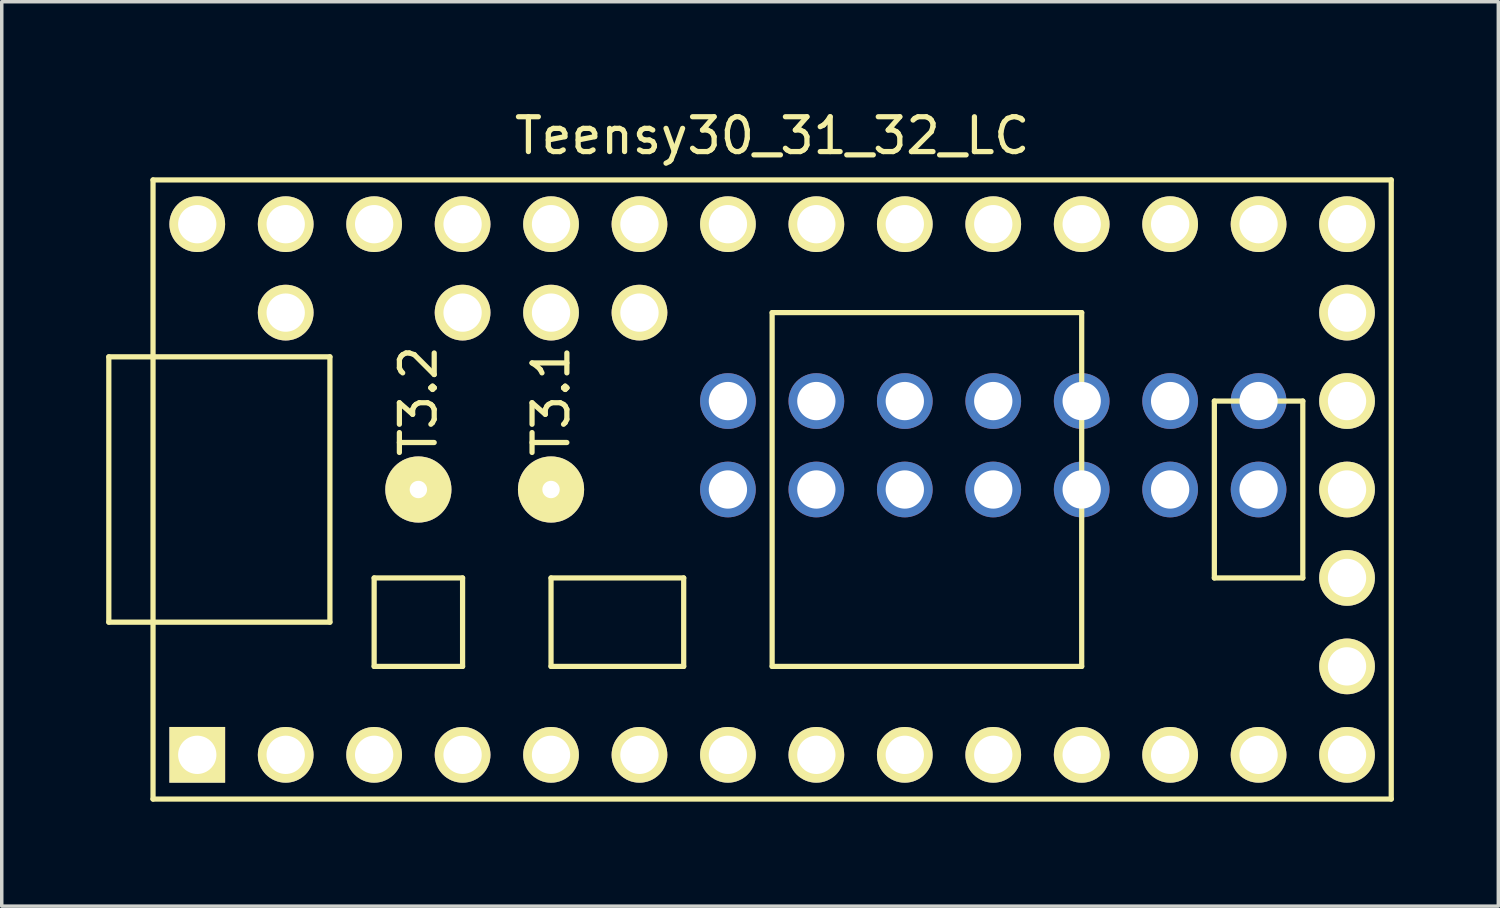
<source format=kicad_pcb>
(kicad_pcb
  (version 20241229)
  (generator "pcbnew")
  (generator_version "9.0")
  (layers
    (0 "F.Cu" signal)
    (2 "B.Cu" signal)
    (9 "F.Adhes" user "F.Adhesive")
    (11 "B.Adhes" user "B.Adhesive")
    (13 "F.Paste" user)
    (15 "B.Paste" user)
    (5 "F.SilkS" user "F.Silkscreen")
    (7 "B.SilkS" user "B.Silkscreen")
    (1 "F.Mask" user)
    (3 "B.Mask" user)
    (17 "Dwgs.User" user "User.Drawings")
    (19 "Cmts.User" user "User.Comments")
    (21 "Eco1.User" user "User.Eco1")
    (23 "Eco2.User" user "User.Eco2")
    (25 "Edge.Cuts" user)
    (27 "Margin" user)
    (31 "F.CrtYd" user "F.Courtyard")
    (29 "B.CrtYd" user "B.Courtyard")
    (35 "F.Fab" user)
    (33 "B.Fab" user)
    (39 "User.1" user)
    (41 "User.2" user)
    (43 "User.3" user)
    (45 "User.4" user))
  (footprint "Teensy30_31_32_LC"
    (layer "F.Cu")
    (at 19.125 11.008)
    (property "Reference" "Teensy30_31_32_LC" (at 0 -10.16 0) (layer "F.SilkS") (effects (font (size 1 1) (thickness 0.15))))
    (attr through_hole)
    (fp_line (start -19.05 -3.81) (end -17.78 -3.81) (stroke (width 0.15) (type solid)) (layer "F.SilkS"))
    (fp_line (start -19.05 3.81) (end -19.05 -3.81) (stroke (width 0.15) (type solid)) (layer "F.SilkS"))
    (fp_line (start -17.78 -8.89) (end 17.78 -8.89) (stroke (width 0.15) (type solid)) (layer "F.SilkS"))
    (fp_line (start -17.78 3.81) (end -19.05 3.81) (stroke (width 0.15) (type solid)) (layer "F.SilkS"))
    (fp_line (start -17.78 8.89) (end -17.78 -8.89) (stroke (width 0.15) (type solid)) (layer "F.SilkS"))
    (fp_line (start -12.7 -3.81) (end -17.78 -3.81) (stroke (width 0.15) (type solid)) (layer "F.SilkS"))
    (fp_line (start -12.7 3.81) (end -17.78 3.81) (stroke (width 0.15) (type solid)) (layer "F.SilkS"))
    (fp_line (start -12.7 3.81) (end -12.7 -3.81) (stroke (width 0.15) (type solid)) (layer "F.SilkS"))
    (fp_line (start -11.43 2.54) (end -11.43 5.08) (stroke (width 0.15) (type solid)) (layer "F.SilkS"))
    (fp_line (start -11.43 5.08) (end -8.89 5.08) (stroke (width 0.15) (type solid)) (layer "F.SilkS"))
    (fp_line (start -8.89 2.54) (end -11.43 2.54) (stroke (width 0.15) (type solid)) (layer "F.SilkS"))
    (fp_line (start -8.89 5.08) (end -8.89 2.54) (stroke (width 0.15) (type solid)) (layer "F.SilkS"))
    (fp_line (start -6.35 2.54) (end -6.35 5.08) (stroke (width 0.15) (type solid)) (layer "F.SilkS"))
    (fp_line (start -6.35 5.08) (end -2.54 5.08) (stroke (width 0.15) (type solid)) (layer "F.SilkS"))
    (fp_line (start -2.54 2.54) (end -6.35 2.54) (stroke (width 0.15) (type solid)) (layer "F.SilkS"))
    (fp_line (start -2.54 5.08) (end -2.54 2.54) (stroke (width 0.15) (type solid)) (layer "F.SilkS"))
    (fp_line (start 0 -5.08) (end 0 5.08) (stroke (width 0.15) (type solid)) (layer "F.SilkS"))
    (fp_line (start 8.89 -5.08) (end 0 -5.08) (stroke (width 0.15) (type solid)) (layer "F.SilkS"))
    (fp_line (start 8.89 5.08) (end 0 5.08) (stroke (width 0.15) (type solid)) (layer "F.SilkS"))
    (fp_line (start 8.89 5.08) (end 8.89 -5.08) (stroke (width 0.15) (type solid)) (layer "F.SilkS"))
    (fp_line (start 12.7 -2.54) (end 15.24 -2.54) (stroke (width 0.15) (type solid)) (layer "F.SilkS"))
    (fp_line (start 12.7 2.54) (end 12.7 -2.54) (stroke (width 0.15) (type solid)) (layer "F.SilkS"))
    (fp_line (start 15.24 -2.54) (end 15.24 2.54) (stroke (width 0.15) (type solid)) (layer "F.SilkS"))
    (fp_line (start 15.24 2.54) (end 12.7 2.54) (stroke (width 0.15) (type solid)) (layer "F.SilkS"))
    (fp_line (start 17.78 -8.89) (end 17.78 8.89) (stroke (width 0.15) (type solid)) (layer "F.SilkS"))
    (fp_line (start 17.78 8.89) (end -17.78 8.89) (stroke (width 0.15) (type solid)) (layer "F.SilkS"))
    (fp_text user "T3.1" (at -6.35 -2.54 90) (layer "F.SilkS") (effects (font (size 1 1) (thickness 0.15))))
    (fp_text user "T3.2" (at -10.16 -2.54 90) (layer "F.SilkS") (effects (font (size 1 1) (thickness 0.15))))
    (pad "1" thru_hole rect (at -16.51 7.62) (size 1.6 1.6) (drill 1.1) (layers "*.Cu" "*.Mask" "F.SilkS"))
    (pad "2" thru_hole circle (at -13.97 7.62) (size 1.6 1.6) (drill 1.1) (layers "*.Cu" "*.Mask" "F.SilkS"))
    (pad "3" thru_hole circle (at -11.43 7.62) (size 1.6 1.6) (drill 1.1) (layers "*.Cu" "*.Mask" "F.SilkS"))
    (pad "4" thru_hole circle (at -8.89 7.62) (size 1.6 1.6) (drill 1.1) (layers "*.Cu" "*.Mask" "F.SilkS"))
    (pad "5" thru_hole circle (at -6.35 7.62) (size 1.6 1.6) (drill 1.1) (layers "*.Cu" "*.Mask" "F.SilkS"))
    (pad "6" thru_hole circle (at -3.81 7.62) (size 1.6 1.6) (drill 1.1) (layers "*.Cu" "*.Mask" "F.SilkS"))
    (pad "7" thru_hole circle (at -1.27 7.62) (size 1.6 1.6) (drill 1.1) (layers "*.Cu" "*.Mask" "F.SilkS"))
    (pad "8" thru_hole circle (at 1.27 7.62) (size 1.6 1.6) (drill 1.1) (layers "*.Cu" "*.Mask" "F.SilkS"))
    (pad "9" thru_hole circle (at 3.81 7.62) (size 1.6 1.6) (drill 1.1) (layers "*.Cu" "*.Mask" "F.SilkS"))
    (pad "10" thru_hole circle (at 6.35 7.62) (size 1.6 1.6) (drill 1.1) (layers "*.Cu" "*.Mask" "F.SilkS"))
    (pad "11" thru_hole circle (at 8.89 7.62) (size 1.6 1.6) (drill 1.1) (layers "*.Cu" "*.Mask" "F.SilkS"))
    (pad "12" thru_hole circle (at 11.43 7.62) (size 1.6 1.6) (drill 1.1) (layers "*.Cu" "*.Mask" "F.SilkS"))
    (pad "13" thru_hole circle (at 13.97 7.62) (size 1.6 1.6) (drill 1.1) (layers "*.Cu" "*.Mask" "F.SilkS"))
    (pad "14" thru_hole circle (at 16.51 7.62) (size 1.6 1.6) (drill 1.1) (layers "*.Cu" "*.Mask" "F.SilkS"))
    (pad "15" thru_hole circle (at 16.51 5.08) (size 1.6 1.6) (drill 1.1) (layers "*.Cu" "*.Mask" "F.SilkS"))
    (pad "16" thru_hole circle (at 16.51 2.54) (size 1.6 1.6) (drill 1.1) (layers "*.Cu" "*.Mask" "F.SilkS"))
    (pad "17" thru_hole circle (at 16.51 0) (size 1.6 1.6) (drill 1.1) (layers "*.Cu" "*.Mask" "F.SilkS"))
    (pad "18" thru_hole circle (at 16.51 -2.54) (size 1.6 1.6) (drill 1.1) (layers "*.Cu" "*.Mask" "F.SilkS"))
    (pad "19" thru_hole circle (at 16.51 -5.08) (size 1.6 1.6) (drill 1.1) (layers "*.Cu" "*.Mask" "F.SilkS"))
    (pad "20" thru_hole circle (at 16.51 -7.62) (size 1.6 1.6) (drill 1.1) (layers "*.Cu" "*.Mask" "F.SilkS"))
    (pad "21" thru_hole circle (at 13.97 -7.62) (size 1.6 1.6) (drill 1.1) (layers "*.Cu" "*.Mask" "F.SilkS"))
    (pad "22" thru_hole circle (at 11.43 -7.62) (size 1.6 1.6) (drill 1.1) (layers "*.Cu" "*.Mask" "F.SilkS"))
    (pad "23" thru_hole circle (at 8.89 -7.62) (size 1.6 1.6) (drill 1.1) (layers "*.Cu" "*.Mask" "F.SilkS"))
    (pad "24" thru_hole circle (at 6.35 -7.62) (size 1.6 1.6) (drill 1.1) (layers "*.Cu" "*.Mask" "F.SilkS"))
    (pad "25" thru_hole circle (at 3.81 -7.62) (size 1.6 1.6) (drill 1.1) (layers "*.Cu" "*.Mask" "F.SilkS"))
    (pad "26" thru_hole circle (at 1.27 -7.62) (size 1.6 1.6) (drill 1.1) (layers "*.Cu" "*.Mask" "F.SilkS"))
    (pad "27" thru_hole circle (at -1.27 -7.62) (size 1.6 1.6) (drill 1.1) (layers "*.Cu" "*.Mask" "F.SilkS"))
    (pad "28" thru_hole circle (at -3.81 -7.62) (size 1.6 1.6) (drill 1.1) (layers "*.Cu" "*.Mask" "F.SilkS"))
    (pad "29" thru_hole circle (at -6.35 -7.62) (size 1.6 1.6) (drill 1.1) (layers "*.Cu" "*.Mask" "F.SilkS"))
    (pad "30" thru_hole circle (at -8.89 -7.62) (size 1.6 1.6) (drill 1.1) (layers "*.Cu" "*.Mask" "F.SilkS"))
    (pad "31" thru_hole circle (at -11.43 -7.62) (size 1.6 1.6) (drill 1.1) (layers "*.Cu" "*.Mask" "F.SilkS"))
    (pad "32" thru_hole circle (at -13.97 -7.62) (size 1.6 1.6) (drill 1.1) (layers "*.Cu" "*.Mask" "F.SilkS"))
    (pad "33" thru_hole circle (at -16.51 -7.62) (size 1.6 1.6) (drill 1.1) (layers "*.Cu" "*.Mask" "F.SilkS"))
    (pad "34" thru_hole circle (at -13.97 -5.08) (size 1.6 1.6) (drill 1.1) (layers "*.Cu" "*.Mask" "F.SilkS"))
    (pad "35" thru_hole circle (at -8.89 -5.08) (size 1.6 1.6) (drill 1.1) (layers "*.Cu" "*.Mask" "F.SilkS"))
    (pad "36" thru_hole circle (at -6.35 -5.08) (size 1.6 1.6) (drill 1.1) (layers "*.Cu" "*.Mask" "F.SilkS"))
    (pad "37" thru_hole circle (at -3.81 -5.08) (size 1.6 1.6) (drill 1.1) (layers "*.Cu" "*.Mask" "F.SilkS"))
    (pad "38" thru_hole circle (at -1.27 0) (size 1.6 1.6) (drill 1.1) (layers "*.Cu" "*.Mask"))
    (pad "39" thru_hole circle (at 1.27 0) (size 1.6 1.6) (drill 1.1) (layers "*.Cu" "*.Mask"))
    (pad "40" thru_hole circle (at 3.81 0) (size 1.6 1.6) (drill 1.1) (layers "*.Cu" "*.Mask"))
    (pad "41" thru_hole circle (at 6.35 0) (size 1.6 1.6) (drill 1.1) (layers "*.Cu" "*.Mask"))
    (pad "42" thru_hole circle (at 8.89 0) (size 1.6 1.6) (drill 1.1) (layers "*.Cu" "*.Mask"))
    (pad "43" thru_hole circle (at 11.43 0) (size 1.6 1.6) (drill 1.1) (layers "*.Cu" "*.Mask"))
    (pad "44" thru_hole circle (at 13.97 0) (size 1.6 1.6) (drill 1.1) (layers "*.Cu" "*.Mask"))
    (pad "45" thru_hole circle (at 13.97 -2.54) (size 1.6 1.6) (drill 1.1) (layers "*.Cu" "*.Mask"))
    (pad "46" thru_hole circle (at 11.43 -2.54) (size 1.6 1.6) (drill 1.1) (layers "*.Cu" "*.Mask"))
    (pad "47" thru_hole circle (at 8.89 -2.54) (size 1.6 1.6) (drill 1.1) (layers "*.Cu" "*.Mask"))
    (pad "48" thru_hole circle (at 6.35 -2.54) (size 1.6 1.6) (drill 1.1) (layers "*.Cu" "*.Mask"))
    (pad "49" thru_hole circle (at 3.81 -2.54) (size 1.6 1.6) (drill 1.1) (layers "*.Cu" "*.Mask"))
    (pad "50" thru_hole circle (at 1.27 -2.54) (size 1.6 1.6) (drill 1.1) (layers "*.Cu" "*.Mask"))
    (pad "51" thru_hole circle (at -1.27 -2.54) (size 1.6 1.6) (drill 1.1) (layers "*.Cu" "*.Mask"))
    (pad "52" thru_hole circle (at -10.16 0) (size 1.9 1.9) (drill 0.5) (layers "*.Cu" "*.Mask" "F.SilkS"))
    (pad "52" thru_hole circle (at -6.35 0) (size 1.9 1.9) (drill 0.5) (layers "*.Cu" "*.Mask" "F.SilkS")))
  (gr_rect
    (start -3 -3)
    (end 39.98 22.973)
    (stroke (width 0.1) (type default))
    (fill no)
    (layer "Edge.Cuts")))
</source>
